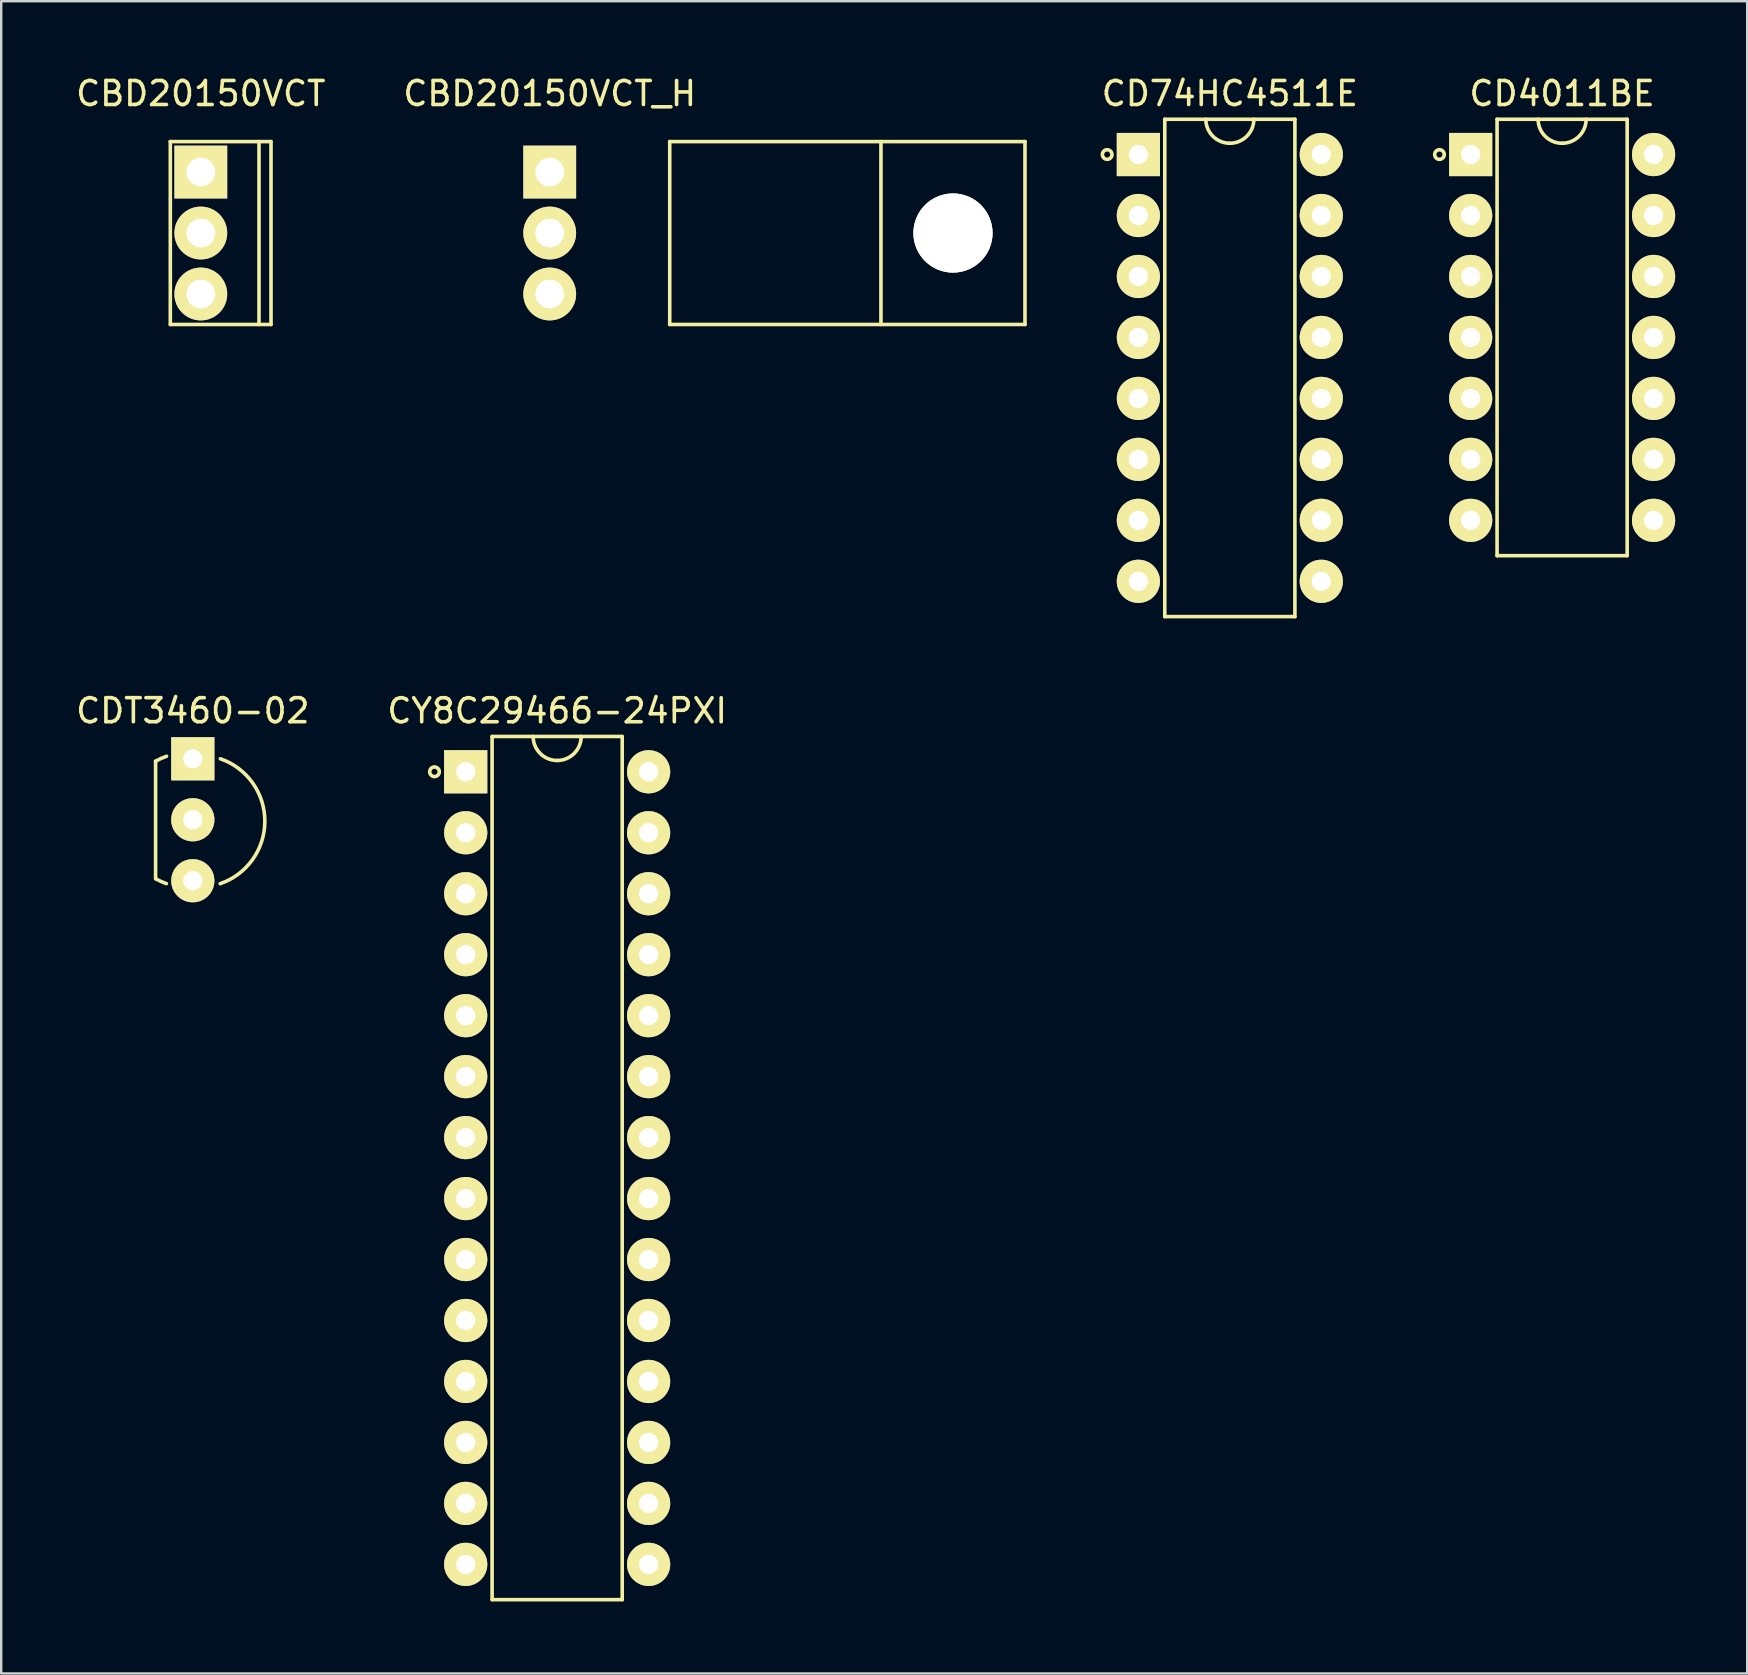
<source format=kicad_pcb>
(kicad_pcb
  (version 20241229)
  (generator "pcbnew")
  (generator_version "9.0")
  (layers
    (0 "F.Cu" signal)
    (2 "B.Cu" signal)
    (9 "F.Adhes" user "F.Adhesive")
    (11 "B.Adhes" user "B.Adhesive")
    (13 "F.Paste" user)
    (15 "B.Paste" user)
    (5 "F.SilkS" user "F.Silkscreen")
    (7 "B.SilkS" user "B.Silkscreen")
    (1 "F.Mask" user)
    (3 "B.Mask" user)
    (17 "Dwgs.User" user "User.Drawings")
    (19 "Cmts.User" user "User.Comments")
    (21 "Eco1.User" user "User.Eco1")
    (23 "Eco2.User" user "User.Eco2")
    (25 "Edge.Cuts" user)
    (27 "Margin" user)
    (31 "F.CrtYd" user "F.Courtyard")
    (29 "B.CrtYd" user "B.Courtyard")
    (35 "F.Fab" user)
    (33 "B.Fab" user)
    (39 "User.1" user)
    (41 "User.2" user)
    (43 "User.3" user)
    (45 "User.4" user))
  (footprint "CY8C29466-24PXI"
    (layer "F.Cu")
    (at 16.351 29.102)
    (property "Reference" "CY8C29466-24PXI" (at 3.81 -2.54 0) (layer "F.SilkS") (effects (font (size 1 1) (thickness 0.15))))
    (attr through_hole)
    (fp_line (start 1.1 -1.47) (end 6.52 -1.47) (stroke (width 0.15) (type solid)) (layer "F.SilkS"))
    (fp_line (start 1.1 34.49) (end 1.1 -1.47) (stroke (width 0.15) (type solid)) (layer "F.SilkS"))
    (fp_line (start 6.52 -1.47) (end 6.52 34.49) (stroke (width 0.15) (type solid)) (layer "F.SilkS"))
    (fp_line (start 6.52 34.49) (end 1.1 34.49) (stroke (width 0.15) (type solid)) (layer "F.SilkS"))
    (fp_arc (start 3.81 -0.47) (mid 3.102893 -0.762893) (end 2.81 -1.47) (stroke (width 0.15) (type solid)) (layer "F.SilkS"))
    (fp_arc (start 4.81 -1.47) (mid 4.517107 -0.762893) (end 3.81 -0.47) (stroke (width 0.15) (type solid)) (layer "F.SilkS"))
    (fp_circle (center -1.3 0) (end -1.3 0.2) (stroke (width 0.15) (type solid)) (fill no) (layer "F.SilkS"))
    (pad "1" thru_hole rect (at 0 0) (size 1.8 1.8) (drill 0.8) (layers "*.Cu" "*.Mask" "F.SilkS"))
    (pad "2" thru_hole circle (at 0 2.54) (size 1.8 1.8) (drill 0.8) (layers "*.Cu" "*.Mask" "F.SilkS"))
    (pad "3" thru_hole circle (at 0 5.08) (size 1.8 1.8) (drill 0.8) (layers "*.Cu" "*.Mask" "F.SilkS"))
    (pad "4" thru_hole circle (at 0 7.62) (size 1.8 1.8) (drill 0.8) (layers "*.Cu" "*.Mask" "F.SilkS"))
    (pad "5" thru_hole circle (at 0 10.16) (size 1.8 1.8) (drill 0.8) (layers "*.Cu" "*.Mask" "F.SilkS"))
    (pad "6" thru_hole circle (at 0 12.7) (size 1.8 1.8) (drill 0.8) (layers "*.Cu" "*.Mask" "F.SilkS"))
    (pad "7" thru_hole circle (at 0 15.24) (size 1.8 1.8) (drill 0.8) (layers "*.Cu" "*.Mask" "F.SilkS"))
    (pad "8" thru_hole circle (at 0 17.78) (size 1.8 1.8) (drill 0.8) (layers "*.Cu" "*.Mask" "F.SilkS"))
    (pad "9" thru_hole circle (at 0 20.32) (size 1.8 1.8) (drill 0.8) (layers "*.Cu" "*.Mask" "F.SilkS"))
    (pad "10" thru_hole circle (at 0 22.86) (size 1.8 1.8) (drill 0.8) (layers "*.Cu" "*.Mask" "F.SilkS"))
    (pad "11" thru_hole circle (at 0 25.4) (size 1.8 1.8) (drill 0.8) (layers "*.Cu" "*.Mask" "F.SilkS"))
    (pad "12" thru_hole circle (at 0 27.94) (size 1.8 1.8) (drill 0.8) (layers "*.Cu" "*.Mask" "F.SilkS"))
    (pad "13" thru_hole circle (at 0 30.48) (size 1.8 1.8) (drill 0.8) (layers "*.Cu" "*.Mask" "F.SilkS"))
    (pad "14" thru_hole circle (at 0 33.02) (size 1.8 1.8) (drill 0.8) (layers "*.Cu" "*.Mask" "F.SilkS"))
    (pad "15" thru_hole circle (at 7.62 33.02) (size 1.8 1.8) (drill 0.8) (layers "*.Cu" "*.Mask" "F.SilkS"))
    (pad "16" thru_hole circle (at 7.62 30.48) (size 1.8 1.8) (drill 0.8) (layers "*.Cu" "*.Mask" "F.SilkS"))
    (pad "17" thru_hole circle (at 7.62 27.94) (size 1.8 1.8) (drill 0.8) (layers "*.Cu" "*.Mask" "F.SilkS"))
    (pad "18" thru_hole circle (at 7.62 25.4) (size 1.8 1.8) (drill 0.8) (layers "*.Cu" "*.Mask" "F.SilkS"))
    (pad "19" thru_hole circle (at 7.62 22.86) (size 1.8 1.8) (drill 0.8) (layers "*.Cu" "*.Mask" "F.SilkS"))
    (pad "20" thru_hole circle (at 7.62 20.32) (size 1.8 1.8) (drill 0.8) (layers "*.Cu" "*.Mask" "F.SilkS"))
    (pad "21" thru_hole circle (at 7.62 17.78) (size 1.8 1.8) (drill 0.8) (layers "*.Cu" "*.Mask" "F.SilkS"))
    (pad "22" thru_hole circle (at 7.62 15.24) (size 1.8 1.8) (drill 0.8) (layers "*.Cu" "*.Mask" "F.SilkS"))
    (pad "23" thru_hole circle (at 7.62 12.7) (size 1.8 1.8) (drill 0.8) (layers "*.Cu" "*.Mask" "F.SilkS"))
    (pad "24" thru_hole circle (at 7.62 10.16) (size 1.8 1.8) (drill 0.8) (layers "*.Cu" "*.Mask" "F.SilkS"))
    (pad "25" thru_hole circle (at 7.62 7.62) (size 1.8 1.8) (drill 0.8) (layers "*.Cu" "*.Mask" "F.SilkS"))
    (pad "26" thru_hole circle (at 7.62 5.08) (size 1.8 1.8) (drill 0.8) (layers "*.Cu" "*.Mask" "F.SilkS"))
    (pad "27" thru_hole circle (at 7.62 2.54) (size 1.8 1.8) (drill 0.8) (layers "*.Cu" "*.Mask" "F.SilkS"))
    (pad "28" thru_hole circle (at 7.62 0) (size 1.8 1.8) (drill 0.8) (layers "*.Cu" "*.Mask" "F.SilkS")))
  (footprint "CDT3460-02"
    (layer "F.Cu")
    (at 4.982 28.561)
    (property "Reference" "CDT3460-02" (at 0 -2 0) (layer "F.SilkS") (effects (font (size 1 1) (thickness 0.15))))
    (attr through_hole)
    (fp_line (start -1.55 5) (end -1.55 0.1) (stroke (width 0.15) (type solid)) (layer "F.SilkS"))
    (fp_arc (start -1.55 0.1) (mid -1.326783 -0.012505) (end -1.09461 -0.105127) (stroke (width 0.15) (type solid)) (layer "F.SilkS"))
    (fp_arc (start -1.1 5.2) (mid -1.32318 5.111666) (end -1.537812 5.004217) (stroke (width 0.15) (type solid)) (layer "F.SilkS"))
    (fp_arc (start 1.15 0) (mid 3.00136 2.60449) (end 1.14151 5.202923) (stroke (width 0.15) (type solid)) (layer "F.SilkS"))
    (pad "1" thru_hole rect (at 0 0) (size 1.8 1.8) (drill 0.8) (layers "*.Cu" "*.Mask" "F.SilkS"))
    (pad "2" thru_hole circle (at 0 2.54) (size 1.8 1.8) (drill 0.8) (layers "*.Cu" "*.Mask" "F.SilkS"))
    (pad "3" thru_hole circle (at 0 5.08) (size 1.8 1.8) (drill 0.8) (layers "*.Cu" "*.Mask" "F.SilkS")))
  (footprint "CBD20150VCT_H"
    (layer "F.Cu")
    (at 19.851 4.118)
    (property "Reference" "CBD20150VCT_H" (at 0 -3.27 0) (layer "F.SilkS") (effects (font (size 1 1) (thickness 0.15))))
    (attr through_hole)
    (fp_line (start 5 -1.27) (end 5 6.35) (stroke (width 0.15) (type solid)) (layer "F.SilkS"))
    (fp_line (start 5 -1.27) (end 19.8 -1.27) (stroke (width 0.15) (type solid)) (layer "F.SilkS"))
    (fp_line (start 5 6.35) (end 19.8 6.35) (stroke (width 0.15) (type solid)) (layer "F.SilkS"))
    (fp_line (start 13.8 -1.27) (end 13.8 6.35) (stroke (width 0.15) (type solid)) (layer "F.SilkS"))
    (fp_line (start 19.8 -1.27) (end 19.8 6.35) (stroke (width 0.15) (type solid)) (layer "F.SilkS"))
    (pad "" np_thru_hole circle (at 16.8 2.54) (size 3.3 3.3) (drill 3.3) (layers "*.Cu" "*.Mask" "F.SilkS"))
    (pad "1" thru_hole rect (at 0 0) (size 2.2 2.2) (drill 1.2) (layers "*.Cu" "*.Mask" "F.SilkS"))
    (pad "2" thru_hole circle (at 0 2.54) (size 2.2 2.2) (drill 1.2) (layers "*.Cu" "*.Mask" "F.SilkS"))
    (pad "3" thru_hole circle (at 0 5.08) (size 2.2 2.2) (drill 1.2) (layers "*.Cu" "*.Mask" "F.SilkS")))
  (footprint "CD4011BE"
    (layer "F.Cu")
    (at 58.218 3.388)
    (property "Reference" "CD4011BE" (at 3.81 -2.54 0) (layer "F.SilkS") (effects (font (size 1 1) (thickness 0.15))))
    (attr through_hole)
    (fp_line (start 1.1 -1.47) (end 6.52 -1.47) (stroke (width 0.15) (type solid)) (layer "F.SilkS"))
    (fp_line (start 1.1 16.71) (end 1.1 -1.47) (stroke (width 0.15) (type solid)) (layer "F.SilkS"))
    (fp_line (start 6.52 -1.47) (end 6.52 16.71) (stroke (width 0.15) (type solid)) (layer "F.SilkS"))
    (fp_line (start 6.52 16.71) (end 1.1 16.71) (stroke (width 0.15) (type solid)) (layer "F.SilkS"))
    (fp_arc (start 3.81 -0.47) (mid 3.102893 -0.762893) (end 2.81 -1.47) (stroke (width 0.15) (type solid)) (layer "F.SilkS"))
    (fp_arc (start 4.81 -1.47) (mid 4.517107 -0.762893) (end 3.81 -0.47) (stroke (width 0.15) (type solid)) (layer "F.SilkS"))
    (fp_circle (center -1.3 0) (end -1.3 0.2) (stroke (width 0.15) (type solid)) (fill no) (layer "F.SilkS"))
    (pad "1" thru_hole rect (at 0 0) (size 1.8 1.8) (drill 0.8) (layers "*.Cu" "*.Mask" "F.SilkS"))
    (pad "2" thru_hole circle (at 0 2.54) (size 1.8 1.8) (drill 0.8) (layers "*.Cu" "*.Mask" "F.SilkS"))
    (pad "3" thru_hole circle (at 0 5.08) (size 1.8 1.8) (drill 0.8) (layers "*.Cu" "*.Mask" "F.SilkS"))
    (pad "4" thru_hole circle (at 0 7.62) (size 1.8 1.8) (drill 0.8) (layers "*.Cu" "*.Mask" "F.SilkS"))
    (pad "5" thru_hole circle (at 0 10.16) (size 1.8 1.8) (drill 0.8) (layers "*.Cu" "*.Mask" "F.SilkS"))
    (pad "6" thru_hole circle (at 0 12.7) (size 1.8 1.8) (drill 0.8) (layers "*.Cu" "*.Mask" "F.SilkS"))
    (pad "7" thru_hole circle (at 0 15.24) (size 1.8 1.8) (drill 0.8) (layers "*.Cu" "*.Mask" "F.SilkS"))
    (pad "8" thru_hole circle (at 7.62 15.24) (size 1.8 1.8) (drill 0.8) (layers "*.Cu" "*.Mask" "F.SilkS"))
    (pad "9" thru_hole circle (at 7.62 12.7) (size 1.8 1.8) (drill 0.8) (layers "*.Cu" "*.Mask" "F.SilkS"))
    (pad "10" thru_hole circle (at 7.62 10.16) (size 1.8 1.8) (drill 0.8) (layers "*.Cu" "*.Mask" "F.SilkS"))
    (pad "11" thru_hole circle (at 7.62 7.62) (size 1.8 1.8) (drill 0.8) (layers "*.Cu" "*.Mask" "F.SilkS"))
    (pad "12" thru_hole circle (at 7.62 5.08) (size 1.8 1.8) (drill 0.8) (layers "*.Cu" "*.Mask" "F.SilkS"))
    (pad "13" thru_hole circle (at 7.62 2.54) (size 1.8 1.8) (drill 0.8) (layers "*.Cu" "*.Mask" "F.SilkS"))
    (pad "14" thru_hole circle (at 7.62 0) (size 1.8 1.8) (drill 0.8) (layers "*.Cu" "*.Mask" "F.SilkS")))
  (footprint "CD74HC4511E"
    (layer "F.Cu")
    (at 44.375 3.388)
    (property "Reference" "CD74HC4511E" (at 3.81 -2.54 0) (layer "F.SilkS") (effects (font (size 1 1) (thickness 0.15))))
    (attr through_hole)
    (fp_line (start 1.1 -1.47) (end 6.52 -1.47) (stroke (width 0.15) (type solid)) (layer "F.SilkS"))
    (fp_line (start 1.1 19.25) (end 1.1 -1.47) (stroke (width 0.15) (type solid)) (layer "F.SilkS"))
    (fp_line (start 6.52 -1.47) (end 6.52 19.25) (stroke (width 0.15) (type solid)) (layer "F.SilkS"))
    (fp_line (start 6.52 19.25) (end 1.1 19.25) (stroke (width 0.15) (type solid)) (layer "F.SilkS"))
    (fp_arc (start 3.81 -0.47) (mid 3.102893 -0.762893) (end 2.81 -1.47) (stroke (width 0.15) (type solid)) (layer "F.SilkS"))
    (fp_arc (start 4.81 -1.47) (mid 4.517107 -0.762893) (end 3.81 -0.47) (stroke (width 0.15) (type solid)) (layer "F.SilkS"))
    (fp_circle (center -1.3 0) (end -1.3 0.2) (stroke (width 0.15) (type solid)) (fill no) (layer "F.SilkS"))
    (pad "1" thru_hole rect (at 0 0) (size 1.8 1.8) (drill 0.8) (layers "*.Cu" "*.Mask" "F.SilkS"))
    (pad "2" thru_hole circle (at 0 2.54) (size 1.8 1.8) (drill 0.8) (layers "*.Cu" "*.Mask" "F.SilkS"))
    (pad "3" thru_hole circle (at 0 5.08) (size 1.8 1.8) (drill 0.8) (layers "*.Cu" "*.Mask" "F.SilkS"))
    (pad "4" thru_hole circle (at 0 7.62) (size 1.8 1.8) (drill 0.8) (layers "*.Cu" "*.Mask" "F.SilkS"))
    (pad "5" thru_hole circle (at 0 10.16) (size 1.8 1.8) (drill 0.8) (layers "*.Cu" "*.Mask" "F.SilkS"))
    (pad "6" thru_hole circle (at 0 12.7) (size 1.8 1.8) (drill 0.8) (layers "*.Cu" "*.Mask" "F.SilkS"))
    (pad "7" thru_hole circle (at 0 15.24) (size 1.8 1.8) (drill 0.8) (layers "*.Cu" "*.Mask" "F.SilkS"))
    (pad "8" thru_hole circle (at 0 17.78) (size 1.8 1.8) (drill 0.8) (layers "*.Cu" "*.Mask" "F.SilkS"))
    (pad "9" thru_hole circle (at 7.62 17.78) (size 1.8 1.8) (drill 0.8) (layers "*.Cu" "*.Mask" "F.SilkS"))
    (pad "10" thru_hole circle (at 7.62 15.24) (size 1.8 1.8) (drill 0.8) (layers "*.Cu" "*.Mask" "F.SilkS"))
    (pad "11" thru_hole circle (at 7.62 12.7) (size 1.8 1.8) (drill 0.8) (layers "*.Cu" "*.Mask" "F.SilkS"))
    (pad "12" thru_hole circle (at 7.62 10.16) (size 1.8 1.8) (drill 0.8) (layers "*.Cu" "*.Mask" "F.SilkS"))
    (pad "13" thru_hole circle (at 7.62 7.62) (size 1.8 1.8) (drill 0.8) (layers "*.Cu" "*.Mask" "F.SilkS"))
    (pad "14" thru_hole circle (at 7.62 5.08) (size 1.8 1.8) (drill 0.8) (layers "*.Cu" "*.Mask" "F.SilkS"))
    (pad "15" thru_hole circle (at 7.62 2.54) (size 1.8 1.8) (drill 0.8) (layers "*.Cu" "*.Mask" "F.SilkS"))
    (pad "16" thru_hole circle (at 7.62 0) (size 1.8 1.8) (drill 0.8) (layers "*.Cu" "*.Mask" "F.SilkS")))
  (footprint "CBD20150VCT"
    (layer "F.Cu")
    (at 5.315 4.118)
    (property "Reference" "CBD20150VCT" (at 0 -3.27 0) (layer "F.SilkS") (effects (font (size 1 1) (thickness 0.15))))
    (attr through_hole)
    (fp_line (start -1.27 -1.27) (end -1.27 6.35) (stroke (width 0.15) (type solid)) (layer "F.SilkS"))
    (fp_line (start -1.27 -1.27) (end 2.925 -1.27) (stroke (width 0.15) (type solid)) (layer "F.SilkS"))
    (fp_line (start -1.27 6.35) (end 2.925 6.35) (stroke (width 0.15) (type solid)) (layer "F.SilkS"))
    (fp_line (start 2.425 -1.27) (end 2.425 6.35) (stroke (width 0.15) (type solid)) (layer "F.SilkS"))
    (fp_line (start 2.925 -1.27) (end 2.925 6.35) (stroke (width 0.15) (type solid)) (layer "F.SilkS"))
    (pad "1" thru_hole rect (at 0 0) (size 2.2 2.2) (drill 1.2) (layers "*.Cu" "*.Mask" "F.SilkS"))
    (pad "2" thru_hole circle (at 0 2.54) (size 2.2 2.2) (drill 1.2) (layers "*.Cu" "*.Mask" "F.SilkS"))
    (pad "3" thru_hole circle (at 0 5.08) (size 2.2 2.2) (drill 1.2) (layers "*.Cu" "*.Mask" "F.SilkS")))
  (gr_rect
    (start -3 -3)
    (end 69.738 66.666)
    (stroke (width 0.1) (type default))
    (fill no)
    (layer "Edge.Cuts")))
</source>
